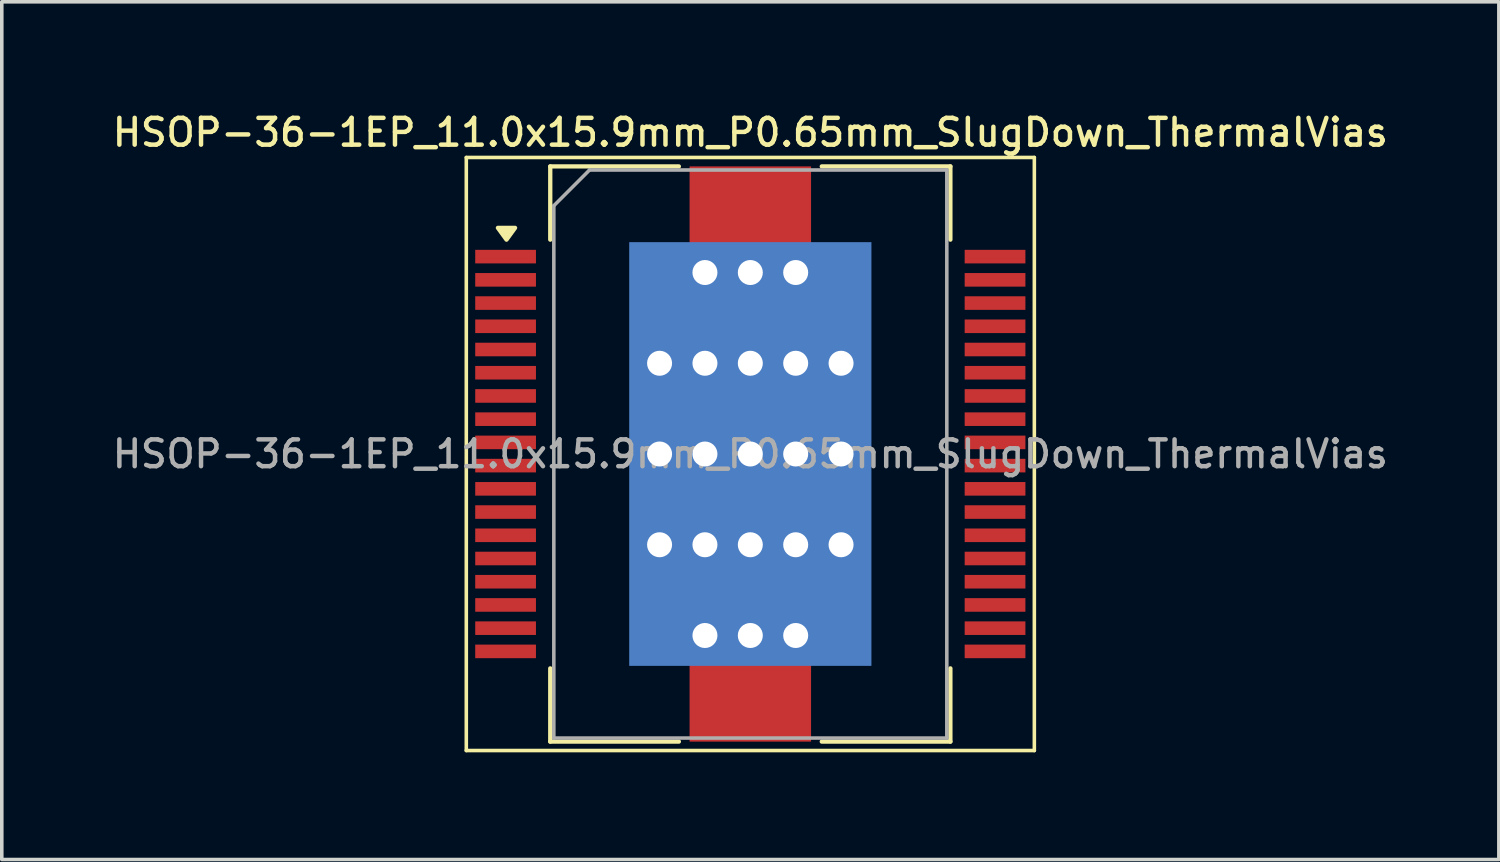
<source format=kicad_pcb>
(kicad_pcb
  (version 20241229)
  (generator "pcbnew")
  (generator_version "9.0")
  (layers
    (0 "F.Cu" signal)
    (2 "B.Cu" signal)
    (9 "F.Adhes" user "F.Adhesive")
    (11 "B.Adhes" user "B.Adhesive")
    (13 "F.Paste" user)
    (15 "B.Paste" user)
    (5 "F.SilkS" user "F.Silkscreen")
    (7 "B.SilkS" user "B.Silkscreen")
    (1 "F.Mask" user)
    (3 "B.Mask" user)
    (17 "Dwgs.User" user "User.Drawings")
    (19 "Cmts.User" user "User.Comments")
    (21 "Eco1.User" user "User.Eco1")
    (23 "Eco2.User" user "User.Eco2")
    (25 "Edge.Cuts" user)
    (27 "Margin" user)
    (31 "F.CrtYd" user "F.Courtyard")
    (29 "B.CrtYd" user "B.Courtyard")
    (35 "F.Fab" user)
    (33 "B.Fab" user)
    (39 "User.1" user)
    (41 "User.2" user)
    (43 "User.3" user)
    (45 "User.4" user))
  (footprint "HSOP-36-1EP_11.0x15.9mm_P0.65mm_SlugDown_ThermalVias"
    (layer "F.Cu")
    (at 17.952 9.658)
    (property "Reference" "HSOP-36-1EP_11.0x15.9mm_P0.65mm_SlugDown_ThermalVias" (at 0 -9 0) (layer "F.SilkS") (effects (font (size 0.75 0.75) (thickness 0.125))))
    (attr smd)
    (fp_line (start -7.95 -8.3) (end -7.95 8.3) (stroke (width 0.1) (type solid)) (layer "F.SilkS"))
    (fp_line (start -7.95 -8.3) (end 7.95 -8.3) (stroke (width 0.1) (type solid)) (layer "F.SilkS"))
    (fp_line (start -5.6 -8.05) (end -5.6 -6) (stroke (width 0.12) (type solid)) (layer "F.SilkS"))
    (fp_line (start -5.6 8.05) (end -5.6 6) (stroke (width 0.12) (type solid)) (layer "F.SilkS"))
    (fp_line (start -2 -8.05) (end -5.6 -8.05) (stroke (width 0.12) (type solid)) (layer "F.SilkS"))
    (fp_line (start -2 8.05) (end -5.6 8.05) (stroke (width 0.12) (type solid)) (layer "F.SilkS"))
    (fp_line (start 5.6 -8.05) (end 2 -8.05) (stroke (width 0.12) (type solid)) (layer "F.SilkS"))
    (fp_line (start 5.6 -8.05) (end 5.6 -6) (stroke (width 0.12) (type solid)) (layer "F.SilkS"))
    (fp_line (start 5.6 8.05) (end 2 8.05) (stroke (width 0.12) (type solid)) (layer "F.SilkS"))
    (fp_line (start 5.6 8.05) (end 5.6 6) (stroke (width 0.12) (type solid)) (layer "F.SilkS"))
    (fp_line (start 7.95 8.3) (end -7.95 8.3) (stroke (width 0.1) (type solid)) (layer "F.SilkS"))
    (fp_line (start 7.95 8.3) (end 7.95 -8.3) (stroke (width 0.1) (type solid)) (layer "F.SilkS"))
    (fp_poly (pts (xy -6.825 -6) (xy -7.065 -6.33) (xy -6.585 -6.33) (xy -6.825 -6)) (stroke (width 0.12) (type solid)) (fill yes) (layer "F.SilkS"))
    (fp_line (start -5.5 -6.95) (end -5.5 7.95) (stroke (width 0.1) (type solid)) (layer "F.Fab"))
    (fp_line (start -5.5 7.95) (end 5.5 7.95) (stroke (width 0.1) (type solid)) (layer "F.Fab"))
    (fp_line (start -4.5 -7.95) (end -5.5 -6.95) (stroke (width 0.1) (type solid)) (layer "F.Fab"))
    (fp_line (start 5.5 -7.95) (end -4.5 -7.95) (stroke (width 0.1) (type solid)) (layer "F.Fab"))
    (fp_line (start 5.5 7.95) (end 5.5 -7.95) (stroke (width 0.1) (type solid)) (layer "F.Fab"))
    (fp_text user "${REFERENCE}" (at 0 0 0) (layer "F.Fab") (effects (font (size 0.75 0.75) (thickness 0.125))))
    (pad "1" smd rect (at -6.85 -5.525) (size 1.7 0.38) (layers "F.Cu" "F.Mask" "F.Paste"))
    (pad "2" smd rect (at -6.85 -4.875) (size 1.7 0.38) (layers "F.Cu" "F.Mask" "F.Paste"))
    (pad "3" smd rect (at -6.85 -4.225) (size 1.7 0.38) (layers "F.Cu" "F.Mask" "F.Paste"))
    (pad "4" smd rect (at -6.85 -3.575) (size 1.7 0.38) (layers "F.Cu" "F.Mask" "F.Paste"))
    (pad "5" smd rect (at -6.85 -2.925) (size 1.7 0.38) (layers "F.Cu" "F.Mask" "F.Paste"))
    (pad "6" smd rect (at -6.85 -2.275) (size 1.7 0.38) (layers "F.Cu" "F.Mask" "F.Paste"))
    (pad "7" smd rect (at -6.85 -1.625) (size 1.7 0.38) (layers "F.Cu" "F.Mask" "F.Paste"))
    (pad "8" smd rect (at -6.85 -0.975) (size 1.7 0.38) (layers "F.Cu" "F.Mask" "F.Paste"))
    (pad "9" smd rect (at -6.85 -0.325) (size 1.7 0.38) (layers "F.Cu" "F.Mask" "F.Paste"))
    (pad "10" smd rect (at -6.85 0.325) (size 1.7 0.38) (layers "F.Cu" "F.Mask" "F.Paste"))
    (pad "11" smd rect (at -6.85 0.975) (size 1.7 0.38) (layers "F.Cu" "F.Mask" "F.Paste"))
    (pad "12" smd rect (at -6.85 1.625) (size 1.7 0.38) (layers "F.Cu" "F.Mask" "F.Paste"))
    (pad "13" smd rect (at -6.85 2.275) (size 1.7 0.38) (layers "F.Cu" "F.Mask" "F.Paste"))
    (pad "14" smd rect (at -6.85 2.925) (size 1.7 0.38) (layers "F.Cu" "F.Mask" "F.Paste"))
    (pad "15" smd rect (at -6.85 3.575) (size 1.7 0.38) (layers "F.Cu" "F.Mask" "F.Paste"))
    (pad "16" smd rect (at -6.85 4.225) (size 1.7 0.38) (layers "F.Cu" "F.Mask" "F.Paste"))
    (pad "17" smd rect (at -6.85 4.875) (size 1.7 0.38) (layers "F.Cu" "F.Mask" "F.Paste"))
    (pad "18" smd rect (at -6.85 5.525) (size 1.7 0.38) (layers "F.Cu" "F.Mask" "F.Paste"))
    (pad "19" smd rect (at 6.85 5.525) (size 1.7 0.38) (layers "F.Cu" "F.Mask" "F.Paste"))
    (pad "20" smd rect (at 6.85 4.875) (size 1.7 0.38) (layers "F.Cu" "F.Mask" "F.Paste"))
    (pad "21" smd rect (at 6.85 4.225) (size 1.7 0.38) (layers "F.Cu" "F.Mask" "F.Paste"))
    (pad "22" smd rect (at 6.85 3.575) (size 1.7 0.38) (layers "F.Cu" "F.Mask" "F.Paste"))
    (pad "23" smd rect (at 6.85 2.925) (size 1.7 0.38) (layers "F.Cu" "F.Mask" "F.Paste"))
    (pad "24" smd rect (at 6.85 2.275) (size 1.7 0.38) (layers "F.Cu" "F.Mask" "F.Paste"))
    (pad "25" smd rect (at 6.85 1.625) (size 1.7 0.38) (layers "F.Cu" "F.Mask" "F.Paste"))
    (pad "26" smd rect (at 6.85 0.975) (size 1.7 0.38) (layers "F.Cu" "F.Mask" "F.Paste"))
    (pad "27" smd rect (at 6.85 0.325) (size 1.7 0.38) (layers "F.Cu" "F.Mask" "F.Paste"))
    (pad "28" smd rect (at 6.85 -0.325) (size 1.7 0.38) (layers "F.Cu" "F.Mask" "F.Paste"))
    (pad "29" smd rect (at 6.85 -0.975) (size 1.7 0.38) (layers "F.Cu" "F.Mask" "F.Paste"))
    (pad "30" smd rect (at 6.85 -1.625) (size 1.7 0.38) (layers "F.Cu" "F.Mask" "F.Paste"))
    (pad "31" smd rect (at 6.85 -2.275) (size 1.7 0.38) (layers "F.Cu" "F.Mask" "F.Paste"))
    (pad "32" smd rect (at 6.85 -2.925) (size 1.7 0.38) (layers "F.Cu" "F.Mask" "F.Paste"))
    (pad "33" smd rect (at 6.85 -3.575) (size 1.7 0.38) (layers "F.Cu" "F.Mask" "F.Paste"))
    (pad "34" smd rect (at 6.85 -4.225) (size 1.7 0.38) (layers "F.Cu" "F.Mask" "F.Paste"))
    (pad "35" smd rect (at 6.85 -4.875) (size 1.7 0.38) (layers "F.Cu" "F.Mask" "F.Paste"))
    (pad "36" smd rect (at 6.85 -5.525) (size 1.7 0.38) (layers "F.Cu" "F.Mask" "F.Paste"))
    (pad "37" thru_hole circle (at -2.54 -2.54) (size 0.75 0.75) (drill 0.7) (layers "*.Cu"))
    (pad "37" thru_hole circle (at -2.54 0) (size 0.75 0.75) (drill 0.7) (layers "*.Cu"))
    (pad "37" thru_hole circle (at -2.54 2.54) (size 0.75 0.75) (drill 0.7) (layers "*.Cu"))
    (pad "37" thru_hole circle (at -1.27 -5.08) (size 0.75 0.75) (drill 0.7) (layers "*.Cu"))
    (pad "37" thru_hole circle (at -1.27 -2.54) (size 0.75 0.75) (drill 0.7) (layers "*.Cu"))
    (pad "37" thru_hole circle (at -1.27 0) (size 0.75 0.75) (drill 0.7) (layers "*.Cu"))
    (pad "37" thru_hole circle (at -1.27 2.54) (size 0.75 0.75) (drill 0.7) (layers "*.Cu"))
    (pad "37" thru_hole circle (at -1.27 5.08) (size 0.75 0.75) (drill 0.7) (layers "*.Cu"))
    (pad "37" smd rect (at 0 -6.843) (size 3.4 2.415) (layers "F.Cu" "F.Mask" "F.Paste"))
    (pad "37" thru_hole circle (at 0 -5.08) (size 0.75 0.75) (drill 0.7) (layers "*.Cu"))
    (pad "37" thru_hole circle (at 0 -2.54) (size 0.75 0.75) (drill 0.7) (layers "*.Cu"))
    (pad "37" thru_hole circle (at 0 0) (size 0.75 0.75) (drill 0.7) (layers "*.Cu"))
    (pad "37" smd rect (at 0 0) (size 6.4 11.27) (layers "F.Cu" "F.Mask" "F.Paste"))
    (pad "37" smd rect (at 0 0) (size 6.78 11.86) (layers "B.Cu"))
    (pad "37" thru_hole circle (at 0 2.54) (size 0.75 0.75) (drill 0.7) (layers "*.Cu"))
    (pad "37" thru_hole circle (at 0 5.08) (size 0.75 0.75) (drill 0.7) (layers "*.Cu"))
    (pad "37" smd rect (at 0 6.843) (size 3.4 2.415) (layers "F.Cu" "F.Mask" "F.Paste"))
    (pad "37" thru_hole circle (at 1.27 -5.08) (size 0.75 0.75) (drill 0.7) (layers "*.Cu"))
    (pad "37" thru_hole circle (at 1.27 -2.54) (size 0.75 0.75) (drill 0.7) (layers "*.Cu"))
    (pad "37" thru_hole circle (at 1.27 0) (size 0.75 0.75) (drill 0.7) (layers "*.Cu"))
    (pad "37" thru_hole circle (at 1.27 2.54) (size 0.75 0.75) (drill 0.7) (layers "*.Cu"))
    (pad "37" thru_hole circle (at 1.27 5.08) (size 0.75 0.75) (drill 0.7) (layers "*.Cu"))
    (pad "37" thru_hole circle (at 2.54 -2.54) (size 0.75 0.75) (drill 0.7) (layers "*.Cu"))
    (pad "37" thru_hole circle (at 2.54 0) (size 0.75 0.75) (drill 0.7) (layers "*.Cu"))
    (pad "37" thru_hole circle (at 2.54 2.54) (size 0.75 0.75) (drill 0.7) (layers "*.Cu")))
  (gr_rect
    (start -3 -3)
    (end 38.904 21.008)
    (stroke (width 0.1) (type default))
    (fill no)
    (layer "Edge.Cuts")))
</source>
